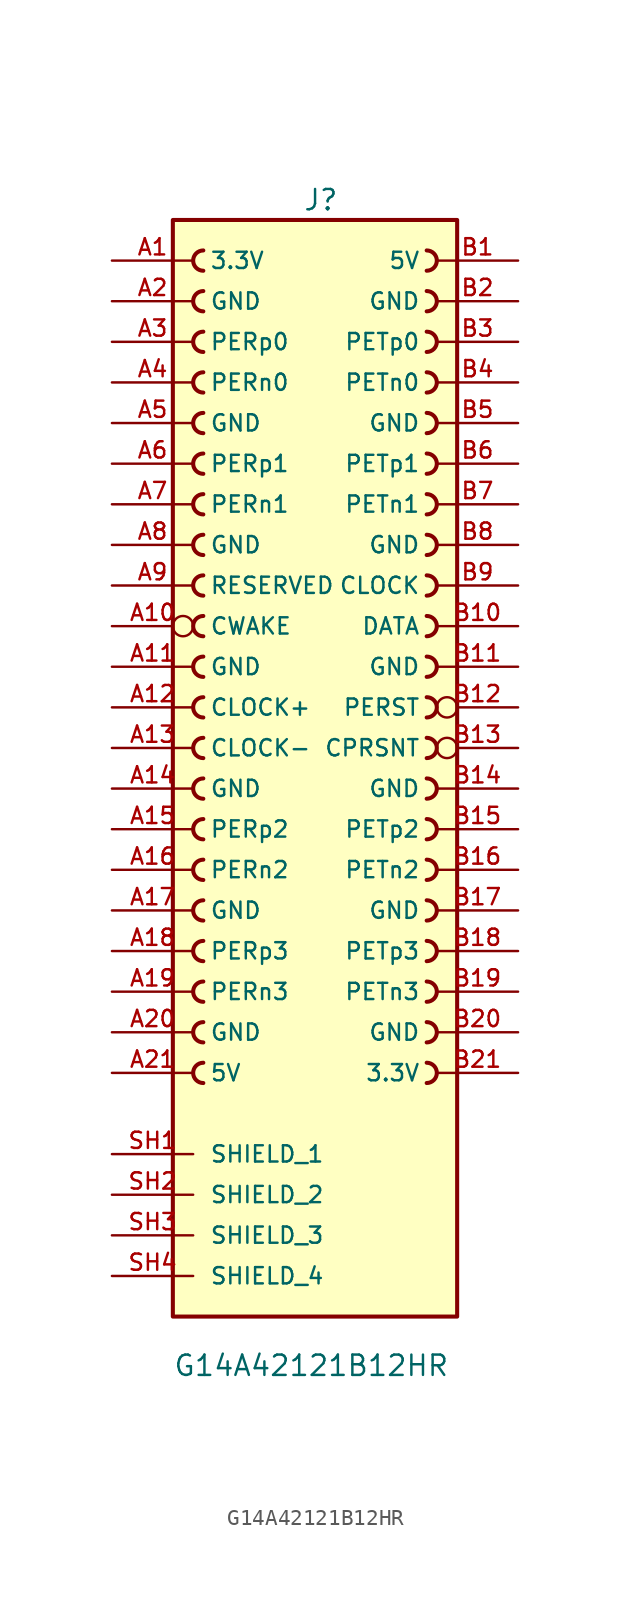
<source format=kicad_sym>
(kicad_symbol_lib
  (version 20231120)
  (generator "kicad_symbol_editor")
  (generator_version "8.0")
  (symbol "G14A42121B12HR"
    (pin_names
      (offset 1.016))
    (property "Reference" "J"
      (at -0.762 32.258 0)
      (effects (font (size 1.27 1.27)) (justify left bottom)))
    (property "Value" "G14A42121B12HR"
      (at -8.89 -40.64 0)
      (effects (font (size 1.27 1.27)) (justify left bottom)))
    (symbol "G14A42121B12HR_0_0"
      (rectangle (start -8.89 -36.83) (end 8.89 31.75) (stroke (width 0.254) (type default)) (fill (type background)))
      (arc (start -6.985 -20.955) (mid -7.6172 -21.59) (end -6.985 -22.225) (stroke (width 0.254) (type default)) (fill (type none)))
      (arc (start -6.985 -18.415) (mid -7.6172 -19.05) (end -6.985 -19.685) (stroke (width 0.254) (type default)) (fill (type none)))
      (arc (start -6.985 -15.875) (mid -7.6172 -16.51) (end -6.985 -17.145) (stroke (width 0.254) (type default)) (fill (type none)))
      (arc (start -6.985 -13.335) (mid -7.6172 -13.97) (end -6.985 -14.605) (stroke (width 0.254) (type default)) (fill (type none)))
      (arc (start -6.985 -10.795) (mid -7.6172 -11.43) (end -6.985 -12.065) (stroke (width 0.254) (type default)) (fill (type none)))
      (arc (start -6.985 -8.255) (mid -7.6172 -8.89) (end -6.985 -9.525) (stroke (width 0.254) (type default)) (fill (type none)))
      (arc (start -6.985 -5.715) (mid -7.6172 -6.35) (end -6.985 -6.985) (stroke (width 0.254) (type default)) (fill (type none)))
      (arc (start -6.985 -3.175) (mid -7.6172 -3.81) (end -6.985 -4.445) (stroke (width 0.254) (type default)) (fill (type none)))
      (arc (start -6.985 -0.635) (mid -7.6172 -1.27) (end -6.985 -1.905) (stroke (width 0.254) (type default)) (fill (type none)))
      (arc (start -6.985 1.905) (mid -7.6172 1.27) (end -6.985 0.635) (stroke (width 0.254) (type default)) (fill (type none)))
      (arc (start -6.985 4.445) (mid -7.6172 3.81) (end -6.985 3.175) (stroke (width 0.254) (type default)) (fill (type none)))
      (arc (start -6.985 6.985) (mid -7.6172 6.35) (end -6.985 5.715) (stroke (width 0.254) (type default)) (fill (type none)))
      (arc (start -6.985 9.525) (mid -7.6172 8.89) (end -6.985 8.255) (stroke (width 0.254) (type default)) (fill (type none)))
      (arc (start -6.985 12.065) (mid -7.6172 11.43) (end -6.985 10.795) (stroke (width 0.254) (type default)) (fill (type none)))
      (arc (start -6.985 14.605) (mid -7.6172 13.97) (end -6.985 13.335) (stroke (width 0.254) (type default)) (fill (type none)))
      (arc (start -6.985 17.145) (mid -7.6172 16.51) (end -6.985 15.875) (stroke (width 0.254) (type default)) (fill (type none)))
      (arc (start -6.985 19.685) (mid -7.6172 19.05) (end -6.985 18.415) (stroke (width 0.254) (type default)) (fill (type none)))
      (arc (start -6.985 22.225) (mid -7.6172 21.59) (end -6.985 20.955) (stroke (width 0.254) (type default)) (fill (type none)))
      (arc (start -6.985 24.765) (mid -7.6172 24.13) (end -6.985 23.495) (stroke (width 0.254) (type default)) (fill (type none)))
      (arc (start -6.985 27.305) (mid -7.6172 26.67) (end -6.985 26.035) (stroke (width 0.254) (type default)) (fill (type none)))
      (arc (start -6.985 29.845) (mid -7.6172 29.21) (end -6.985 28.575) (stroke (width 0.254) (type default)) (fill (type none)))
      (arc (start 6.985 -22.225) (mid 7.617 -21.59) (end 6.985 -20.955) (stroke (width 0.254) (type default)) (fill (type none)))
      (arc (start 6.985 -19.685) (mid 7.617 -19.05) (end 6.985 -18.415) (stroke (width 0.254) (type default)) (fill (type none)))
      (arc (start 6.985 -17.145) (mid 7.617 -16.51) (end 6.985 -15.875) (stroke (width 0.254) (type default)) (fill (type none)))
      (arc (start 6.985 -14.605) (mid 7.617 -13.97) (end 6.985 -13.335) (stroke (width 0.254) (type default)) (fill (type none)))
      (arc (start 6.985 -12.065) (mid 7.617 -11.43) (end 6.985 -10.795) (stroke (width 0.254) (type default)) (fill (type none)))
      (arc (start 6.985 -9.525) (mid 7.617 -8.89) (end 6.985 -8.255) (stroke (width 0.254) (type default)) (fill (type none)))
      (arc (start 6.985 -6.985) (mid 7.617 -6.35) (end 6.985 -5.715) (stroke (width 0.254) (type default)) (fill (type none)))
      (arc (start 6.985 -4.445) (mid 7.617 -3.81) (end 6.985 -3.175) (stroke (width 0.254) (type default)) (fill (type none)))
      (arc (start 6.985 -1.905) (mid 7.617 -1.27) (end 6.985 -0.635) (stroke (width 0.254) (type default)) (fill (type none)))
      (arc (start 6.985 0.635) (mid 7.617 1.27) (end 6.985 1.905) (stroke (width 0.254) (type default)) (fill (type none)))
      (arc (start 6.985 3.175) (mid 7.617 3.81) (end 6.985 4.445) (stroke (width 0.254) (type default)) (fill (type none)))
      (arc (start 6.985 5.715) (mid 7.617 6.35) (end 6.985 6.985) (stroke (width 0.254) (type default)) (fill (type none)))
      (arc (start 6.985 8.255) (mid 7.617 8.89) (end 6.985 9.525) (stroke (width 0.254) (type default)) (fill (type none)))
      (arc (start 6.985 10.795) (mid 7.617 11.43) (end 6.985 12.065) (stroke (width 0.254) (type default)) (fill (type none)))
      (arc (start 6.985 13.335) (mid 7.617 13.97) (end 6.985 14.605) (stroke (width 0.254) (type default)) (fill (type none)))
      (arc (start 6.985 15.875) (mid 7.617 16.51) (end 6.985 17.145) (stroke (width 0.254) (type default)) (fill (type none)))
      (arc (start 6.985 18.415) (mid 7.617 19.05) (end 6.985 19.685) (stroke (width 0.254) (type default)) (fill (type none)))
      (arc (start 6.985 20.955) (mid 7.617 21.59) (end 6.985 22.225) (stroke (width 0.254) (type default)) (fill (type none)))
      (arc (start 6.985 23.495) (mid 7.617 24.13) (end 6.985 24.765) (stroke (width 0.254) (type default)) (fill (type none)))
      (arc (start 6.985 26.035) (mid 7.617 26.67) (end 6.985 27.305) (stroke (width 0.254) (type default)) (fill (type none)))
      (arc (start 6.985 28.575) (mid 7.617 29.21) (end 6.985 29.845) (stroke (width 0.254) (type default)) (fill (type none))))
    (symbol "G14A42121B12HR_1_0"
      (pin power_in line (at -12.7 29.21 0) (length 5.08) (name "3.3V" (effects (font (size 1.016 1.016)))) (number "A1" (effects (font (size 1.016 1.016)))))
      (pin passive inverted (at -12.7 6.35 0) (length 5.08) (name "CWAKE" (effects (font (size 1.016 1.016)))) (number "A10" (effects (font (size 1.016 1.016)))))
      (pin power_in line (at -12.7 3.81 0) (length 5.08) (name "GND" (effects (font (size 1.016 1.016)))) (number "A11" (effects (font (size 1.016 1.016)))))
      (pin passive line (at -12.7 1.27 0) (length 5.08) (name "CLOCK+" (effects (font (size 1.016 1.016)))) (number "A12" (effects (font (size 1.016 1.016)))))
      (pin passive line (at -12.7 -1.27 0) (length 5.08) (name "CLOCK-" (effects (font (size 1.016 1.016)))) (number "A13" (effects (font (size 1.016 1.016)))))
      (pin power_in line (at -12.7 -3.81 0) (length 5.08) (name "GND" (effects (font (size 1.016 1.016)))) (number "A14" (effects (font (size 1.016 1.016)))))
      (pin passive line (at -12.7 -6.35 0) (length 5.08) (name "PERp2" (effects (font (size 1.016 1.016)))) (number "A15" (effects (font (size 1.016 1.016)))))
      (pin passive line (at -12.7 -8.89 0) (length 5.08) (name "PERn2" (effects (font (size 1.016 1.016)))) (number "A16" (effects (font (size 1.016 1.016)))))
      (pin power_in line (at -12.7 -11.43 0) (length 5.08) (name "GND" (effects (font (size 1.016 1.016)))) (number "A17" (effects (font (size 1.016 1.016)))))
      (pin passive line (at -12.7 -13.97 0) (length 5.08) (name "PERp3" (effects (font (size 1.016 1.016)))) (number "A18" (effects (font (size 1.016 1.016)))))
      (pin passive line (at -12.7 -16.51 0) (length 5.08) (name "PERn3" (effects (font (size 1.016 1.016)))) (number "A19" (effects (font (size 1.016 1.016)))))
      (pin power_in line (at -12.7 26.67 0) (length 5.08) (name "GND" (effects (font (size 1.016 1.016)))) (number "A2" (effects (font (size 1.016 1.016)))))
      (pin power_in line (at -12.7 -19.05 0) (length 5.08) (name "GND" (effects (font (size 1.016 1.016)))) (number "A20" (effects (font (size 1.016 1.016)))))
      (pin power_in line (at -12.7 -21.59 0) (length 5.08) (name "5V" (effects (font (size 1.016 1.016)))) (number "A21" (effects (font (size 1.016 1.016)))))
      (pin passive line (at -12.7 24.13 0) (length 5.08) (name "PERp0" (effects (font (size 1.016 1.016)))) (number "A3" (effects (font (size 1.016 1.016)))))
      (pin passive line (at -12.7 21.59 0) (length 5.08) (name "PERn0" (effects (font (size 1.016 1.016)))) (number "A4" (effects (font (size 1.016 1.016)))))
      (pin power_in line (at -12.7 19.05 0) (length 5.08) (name "GND" (effects (font (size 1.016 1.016)))) (number "A5" (effects (font (size 1.016 1.016)))))
      (pin passive line (at -12.7 16.51 0) (length 5.08) (name "PERp1" (effects (font (size 1.016 1.016)))) (number "A6" (effects (font (size 1.016 1.016)))))
      (pin passive line (at -12.7 13.97 0) (length 5.08) (name "PERn1" (effects (font (size 1.016 1.016)))) (number "A7" (effects (font (size 1.016 1.016)))))
      (pin power_in line (at -12.7 11.43 0) (length 5.08) (name "GND" (effects (font (size 1.016 1.016)))) (number "A8" (effects (font (size 1.016 1.016)))))
      (pin passive line (at -12.7 8.89 0) (length 5.08) (name "RESERVED" (effects (font (size 1.016 1.016)))) (number "A9" (effects (font (size 1.016 1.016)))))
      (pin power_in line (at 12.7 29.21 180) (length 5.08) (name "5V" (effects (font (size 1.016 1.016)))) (number "B1" (effects (font (size 1.016 1.016)))))
      (pin passive line (at 12.7 6.35 180) (length 5.08) (name "DATA" (effects (font (size 1.016 1.016)))) (number "B10" (effects (font (size 1.016 1.016)))))
      (pin power_in line (at 12.7 3.81 180) (length 5.08) (name "GND" (effects (font (size 1.016 1.016)))) (number "B11" (effects (font (size 1.016 1.016)))))
      (pin passive inverted (at 12.7 1.27 180) (length 5.08) (name "PERST" (effects (font (size 1.016 1.016)))) (number "B12" (effects (font (size 1.016 1.016)))))
      (pin passive inverted (at 12.7 -1.27 180) (length 5.08) (name "CPRSNT" (effects (font (size 1.016 1.016)))) (number "B13" (effects (font (size 1.016 1.016)))))
      (pin power_in line (at 12.7 -3.81 180) (length 5.08) (name "GND" (effects (font (size 1.016 1.016)))) (number "B14" (effects (font (size 1.016 1.016)))))
      (pin passive line (at 12.7 -6.35 180) (length 5.08) (name "PETp2" (effects (font (size 1.016 1.016)))) (number "B15" (effects (font (size 1.016 1.016)))))
      (pin passive line (at 12.7 -8.89 180) (length 5.08) (name "PETn2" (effects (font (size 1.016 1.016)))) (number "B16" (effects (font (size 1.016 1.016)))))
      (pin power_in line (at 12.7 -11.43 180) (length 5.08) (name "GND" (effects (font (size 1.016 1.016)))) (number "B17" (effects (font (size 1.016 1.016)))))
      (pin passive line (at 12.7 -13.97 180) (length 5.08) (name "PETp3" (effects (font (size 1.016 1.016)))) (number "B18" (effects (font (size 1.016 1.016)))))
      (pin passive line (at 12.7 -16.51 180) (length 5.08) (name "PETn3" (effects (font (size 1.016 1.016)))) (number "B19" (effects (font (size 1.016 1.016)))))
      (pin power_in line (at 12.7 26.67 180) (length 5.08) (name "GND" (effects (font (size 1.016 1.016)))) (number "B2" (effects (font (size 1.016 1.016)))))
      (pin power_in line (at 12.7 -19.05 180) (length 5.08) (name "GND" (effects (font (size 1.016 1.016)))) (number "B20" (effects (font (size 1.016 1.016)))))
      (pin power_in line (at 12.7 -21.59 180) (length 5.08) (name "3.3V" (effects (font (size 1.016 1.016)))) (number "B21" (effects (font (size 1.016 1.016)))))
      (pin passive line (at 12.7 24.13 180) (length 5.08) (name "PETp0" (effects (font (size 1.016 1.016)))) (number "B3" (effects (font (size 1.016 1.016)))))
      (pin passive line (at 12.7 21.59 180) (length 5.08) (name "PETn0" (effects (font (size 1.016 1.016)))) (number "B4" (effects (font (size 1.016 1.016)))))
      (pin power_in line (at 12.7 19.05 180) (length 5.08) (name "GND" (effects (font (size 1.016 1.016)))) (number "B5" (effects (font (size 1.016 1.016)))))
      (pin passive line (at 12.7 16.51 180) (length 5.08) (name "PETp1" (effects (font (size 1.016 1.016)))) (number "B6" (effects (font (size 1.016 1.016)))))
      (pin passive line (at 12.7 13.97 180) (length 5.08) (name "PETn1" (effects (font (size 1.016 1.016)))) (number "B7" (effects (font (size 1.016 1.016)))))
      (pin power_in line (at 12.7 11.43 180) (length 5.08) (name "GND" (effects (font (size 1.016 1.016)))) (number "B8" (effects (font (size 1.016 1.016)))))
      (pin passive line (at 12.7 8.89 180) (length 5.08) (name "CLOCK" (effects (font (size 1.016 1.016)))) (number "B9" (effects (font (size 1.016 1.016)))))
      (pin passive line (at -12.7 -26.67 0) (length 5.08) (name "SHIELD_1" (effects (font (size 1.016 1.016)))) (number "SH1" (effects (font (size 1.016 1.016)))))
      (pin passive line (at -12.7 -29.21 0) (length 5.08) (name "SHIELD_2" (effects (font (size 1.016 1.016)))) (number "SH2" (effects (font (size 1.016 1.016)))))
      (pin passive line (at -12.7 -31.75 0) (length 5.08) (name "SHIELD_3" (effects (font (size 1.016 1.016)))) (number "SH3" (effects (font (size 1.016 1.016)))))
      (pin passive line (at -12.7 -34.29 0) (length 5.08) (name "SHIELD_4" (effects (font (size 1.016 1.016)))) (number "SH4" (effects (font (size 1.016 1.016))))))))
</source>
